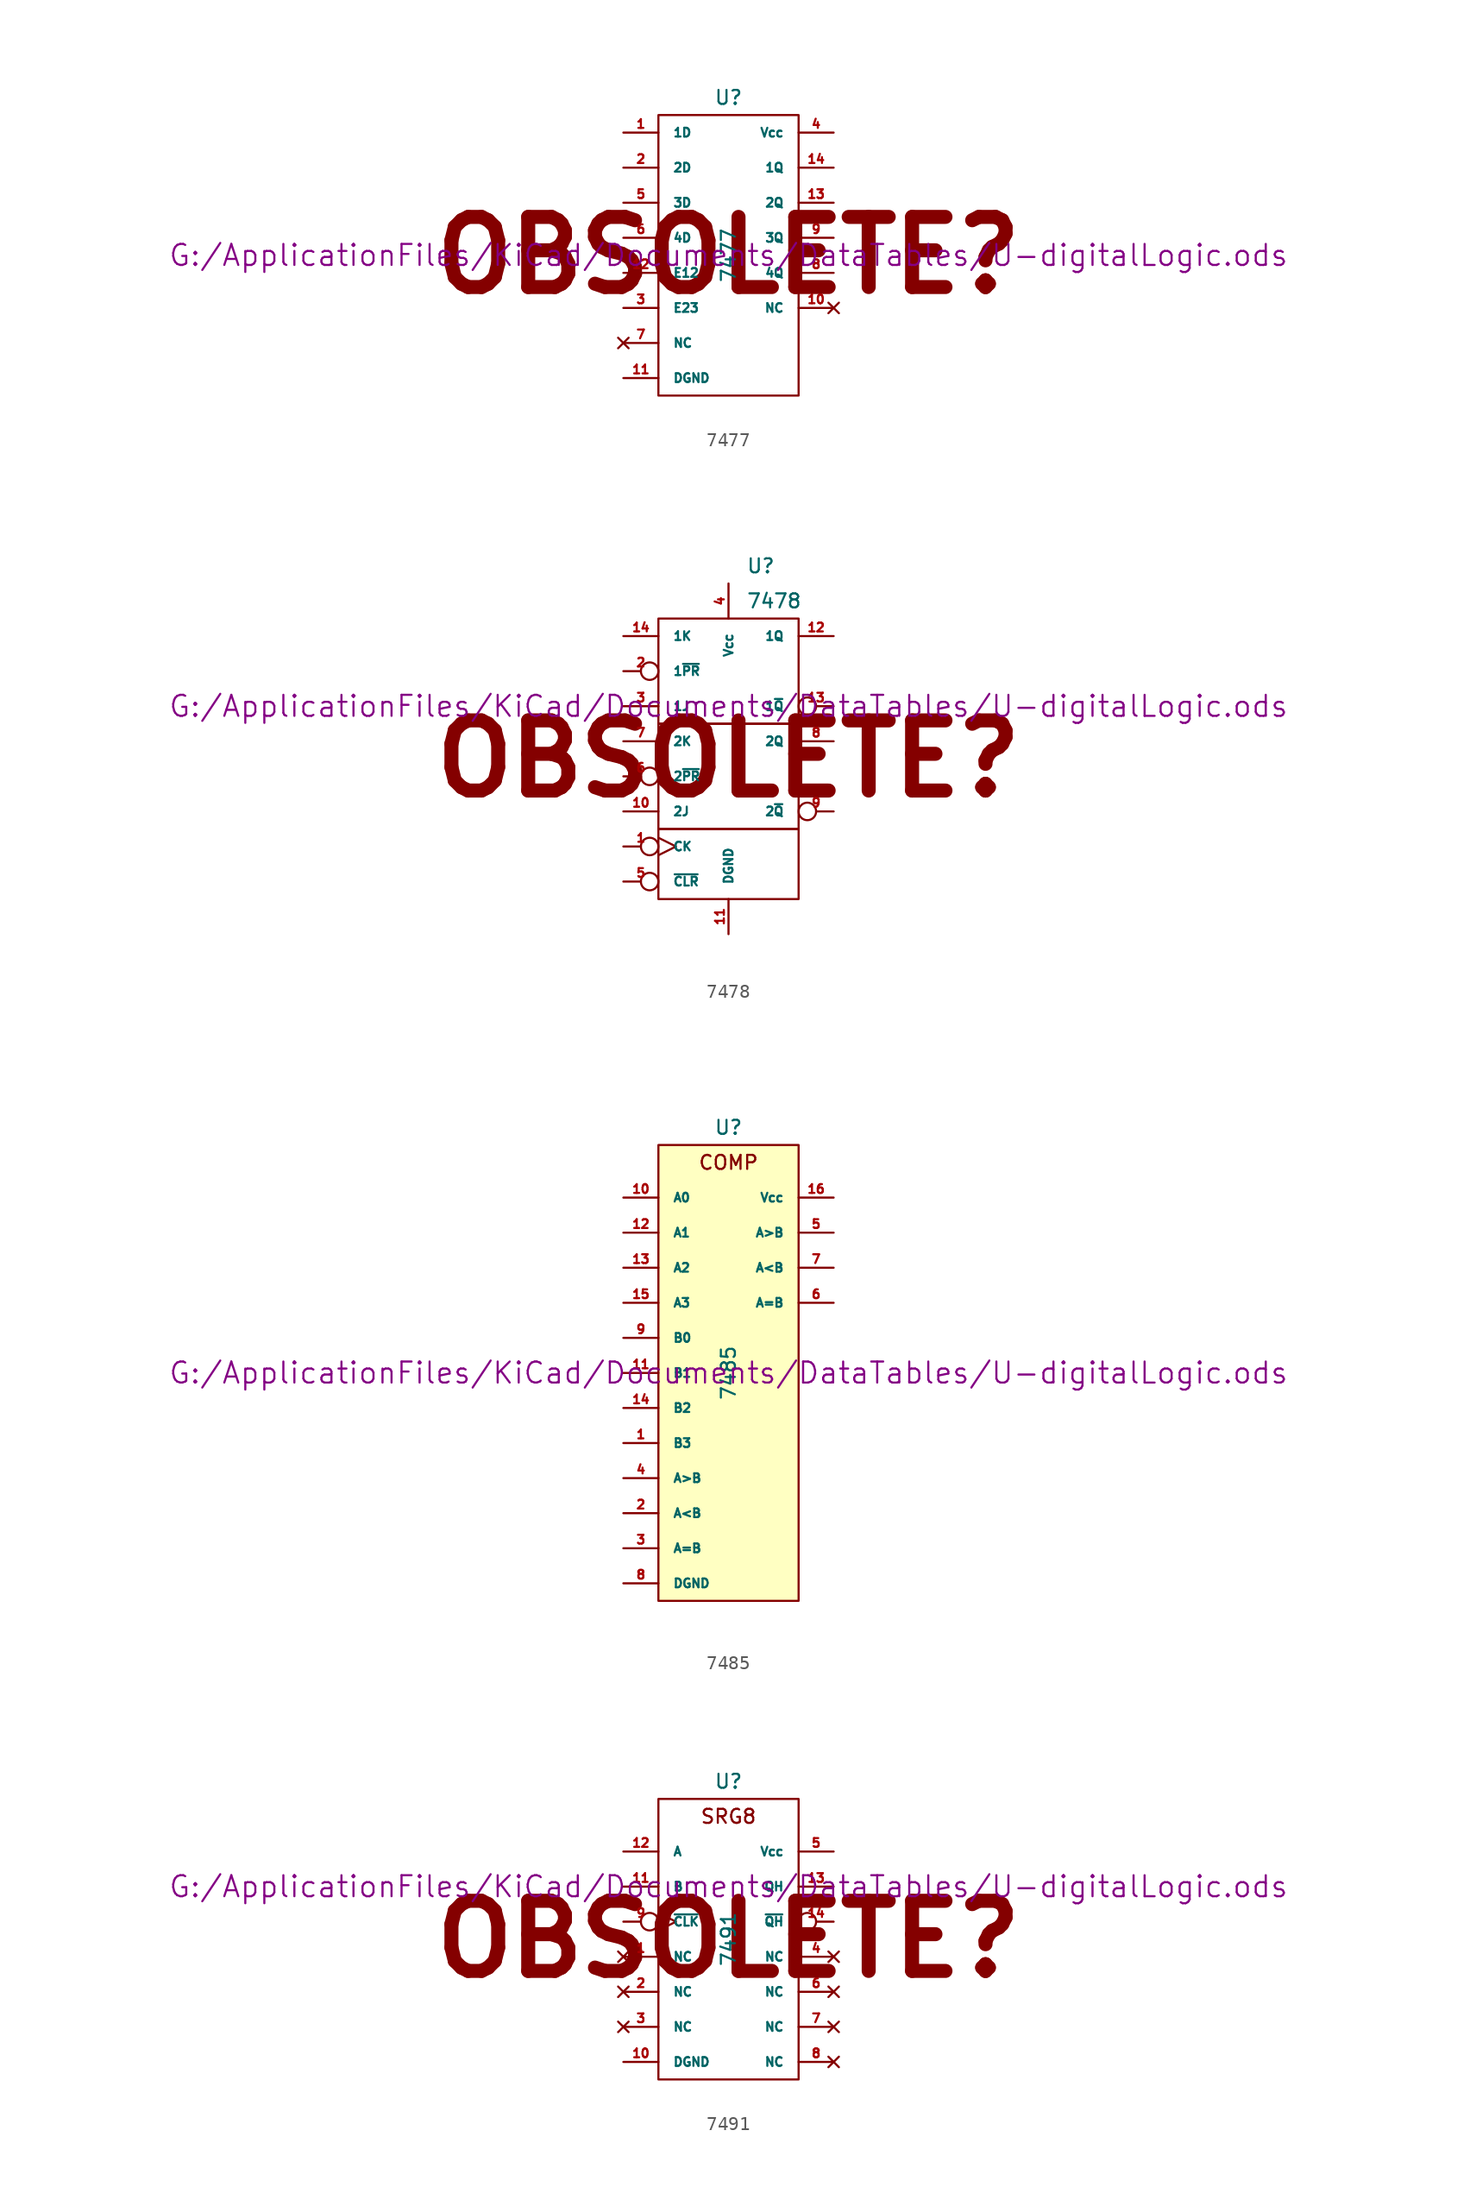
<source format=kicad_sym>
(kicad_symbol_lib
  (version 20211014)
  (generator kicad_symbol_editor)
  (symbol "7477"
    (pin_names
      (offset 1.016))
    (property "Reference" "U"
      (at 0 11.43 0)
      (effects (font (size 1.016 1.016))))
    (property "Value" "7477"
      (at 0 0 90)
      (effects (font (size 1.016 1.016))))
    (property "Footprint" ""
      (at 0 0 0)
      (effects (font (size 1.524 1.524))))
    (property "Datasheet" "G:/ApplicationFiles/KiCad/Documents/DataTables/U-digitalLogic.ods"
      (at 0 0 0)
      (effects (font (size 1.524 1.524))))
    (symbol "7477_0_0"
      (text "OBSOLETE?" (at 0 0 0) (effects (font (size 5.08 5.08) bold))))
    (symbol "7477_0_1"
      (rectangle (start -5.08 10.16) (end 5.08 -10.16) (stroke (width 0) (type default) (color 0 0 0 0)) (fill (type none))))
    (symbol "7477_1_1"
      (pin input line (at -7.62 8.89 0) (length 2.54) (name "1D" (effects (font (size 0.635 0.635)))) (number "1" (effects (font (size 0.635 0.635)))))
      (pin no_connect line (at 7.62 -3.81 180) (length 2.54) (name "NC" (effects (font (size 0.635 0.635)))) (number "10" (effects (font (size 0.635 0.635)))))
      (pin input line (at -7.62 -8.89 0) (length 2.54) (name "DGND" (effects (font (size 0.635 0.635)))) (number "11" (effects (font (size 0.635 0.635)))))
      (pin input line (at -7.62 -1.27 0) (length 2.54) (name "E12" (effects (font (size 0.635 0.635)))) (number "12" (effects (font (size 0.635 0.635)))))
      (pin output line (at 7.62 3.81 180) (length 2.54) (name "2Q" (effects (font (size 0.635 0.635)))) (number "13" (effects (font (size 0.635 0.635)))))
      (pin output line (at 7.62 6.35 180) (length 2.54) (name "1Q" (effects (font (size 0.635 0.635)))) (number "14" (effects (font (size 0.635 0.635)))))
      (pin input line (at -7.62 6.35 0) (length 2.54) (name "2D" (effects (font (size 0.635 0.635)))) (number "2" (effects (font (size 0.635 0.635)))))
      (pin input line (at -7.62 -3.81 0) (length 2.54) (name "E23" (effects (font (size 0.635 0.635)))) (number "3" (effects (font (size 0.635 0.635)))))
      (pin power_in line (at 7.62 8.89 180) (length 2.54) (name "Vcc" (effects (font (size 0.635 0.635)))) (number "4" (effects (font (size 0.635 0.635)))))
      (pin input line (at -7.62 3.81 0) (length 2.54) (name "3D" (effects (font (size 0.635 0.635)))) (number "5" (effects (font (size 0.635 0.635)))))
      (pin input line (at -7.62 1.27 0) (length 2.54) (name "4D" (effects (font (size 0.635 0.635)))) (number "6" (effects (font (size 0.635 0.635)))))
      (pin no_connect line (at -7.62 -6.35 0) (length 2.54) (name "NC" (effects (font (size 0.635 0.635)))) (number "7" (effects (font (size 0.635 0.635)))))
      (pin output line (at 7.62 -1.27 180) (length 2.54) (name "4Q" (effects (font (size 0.635 0.635)))) (number "8" (effects (font (size 0.635 0.635)))))
      (pin output line (at 7.62 1.27 180) (length 2.54) (name "3Q" (effects (font (size 0.635 0.635)))) (number "9" (effects (font (size 0.635 0.635)))))))
  (symbol "7478"
    (pin_names
      (offset 1.016))
    (property "Reference" "U"
      (at 1.27 13.97 0)
      (effects (font (size 1.016 1.016)) (justify left)))
    (property "Value" "7478"
      (at 1.27 11.43 0)
      (effects (font (size 1.016 1.016)) (justify left)))
    (property "Footprint" ""
      (at 0 3.81 0)
      (effects (font (size 1.524 1.524))))
    (property "Datasheet" "G:/ApplicationFiles/KiCad/Documents/DataTables/U-digitalLogic.ods"
      (at 0 3.81 0)
      (effects (font (size 1.524 1.524))))
    (symbol "7478_0_0"
      (text "OBSOLETE?" (at 0 0 0) (effects (font (size 5.08 5.08) bold))))
    (symbol "7478_0_1"
      (rectangle (start -5.08 2.54) (end 5.08 -5.08) (stroke (width 0) (type default) (color 0 0 0 0)) (fill (type none)))
      (rectangle (start -5.08 10.16) (end 5.08 2.54) (stroke (width 0) (type default) (color 0 0 0 0)) (fill (type none)))
      (rectangle (start 5.08 -5.08) (end -5.08 -10.16) (stroke (width 0) (type default) (color 0 0 0 0)) (fill (type none))))
    (symbol "7478_1_1"
      (pin input inverted_clock (at -7.62 -6.35 0) (length 2.54) (name "CK" (effects (font (size 0.635 0.635)))) (number "1" (effects (font (size 0.635 0.635)))))
      (pin input line (at -7.62 -3.81 0) (length 2.54) (name "2J" (effects (font (size 0.635 0.635)))) (number "10" (effects (font (size 0.635 0.635)))))
      (pin power_in line (at 0 -12.7 90) (length 2.54) (name "DGND" (effects (font (size 0.635 0.635)))) (number "11" (effects (font (size 0.635 0.635)))))
      (pin output line (at 7.62 8.89 180) (length 2.54) (name "1Q" (effects (font (size 0.635 0.635)))) (number "12" (effects (font (size 0.635 0.635)))))
      (pin output inverted (at 7.62 3.81 180) (length 2.54) (name "1~{Q}" (effects (font (size 0.635 0.635)))) (number "13" (effects (font (size 0.635 0.635)))))
      (pin input line (at -7.62 8.89 0) (length 2.54) (name "1K" (effects (font (size 0.635 0.635)))) (number "14" (effects (font (size 0.635 0.635)))))
      (pin input inverted (at -7.62 6.35 0) (length 2.54) (name "1~{PR}" (effects (font (size 0.635 0.635)))) (number "2" (effects (font (size 0.635 0.635)))))
      (pin input line (at -7.62 3.81 0) (length 2.54) (name "1J" (effects (font (size 0.635 0.635)))) (number "3" (effects (font (size 0.635 0.635)))))
      (pin power_in line (at 0 12.7 270) (length 2.54) (name "Vcc" (effects (font (size 0.635 0.635)))) (number "4" (effects (font (size 0.635 0.635)))))
      (pin input inverted (at -7.62 -8.89 0) (length 2.54) (name "~{CLR}" (effects (font (size 0.635 0.635)))) (number "5" (effects (font (size 0.635 0.635)))))
      (pin input inverted (at -7.62 -1.27 0) (length 2.54) (name "2~{PR}" (effects (font (size 0.635 0.635)))) (number "6" (effects (font (size 0.635 0.635)))))
      (pin input line (at -7.62 1.27 0) (length 2.54) (name "2K" (effects (font (size 0.635 0.635)))) (number "7" (effects (font (size 0.635 0.635)))))
      (pin output line (at 7.62 1.27 180) (length 2.54) (name "2Q" (effects (font (size 0.635 0.635)))) (number "8" (effects (font (size 0.635 0.635)))))
      (pin output inverted (at 7.62 -3.81 180) (length 2.54) (name "2~{Q}" (effects (font (size 0.635 0.635)))) (number "9" (effects (font (size 0.635 0.635)))))))
  (symbol "7485"
    (pin_names
      (offset 1.016))
    (property "Reference" "U"
      (at 0 17.78 0)
      (effects (font (size 1.016 1.016))))
    (property "Value" "7485"
      (at 0 0 90)
      (effects (font (size 1.016 1.016))))
    (property "Footprint" ""
      (at 0 0 0)
      (effects (font (size 1.524 1.524))))
    (property "Datasheet" "G:/ApplicationFiles/KiCad/Documents/DataTables/U-digitalLogic.ods"
      (at 0 0 0)
      (effects (font (size 1.524 1.524))))
    (symbol "7485_0_0"
      (text "COMP" (at 0 15.24 0) (effects (font (size 1.016 1.016)))))
    (symbol "7485_0_1"
      (rectangle (start -5.08 16.51) (end 5.08 -16.51) (stroke (width 0) (type default) (color 0 0 0 0)) (fill (type background))))
    (symbol "7485_1_1"
      (pin input line (at -7.62 -5.08 0) (length 2.54) (name "B3" (effects (font (size 0.635 0.635)))) (number "1" (effects (font (size 0.635 0.635)))))
      (pin input line (at -7.62 12.7 0) (length 2.54) (name "A0" (effects (font (size 0.635 0.635)))) (number "10" (effects (font (size 0.635 0.635)))))
      (pin input line (at -7.62 0 0) (length 2.54) (name "B1" (effects (font (size 0.635 0.635)))) (number "11" (effects (font (size 0.635 0.635)))))
      (pin input line (at -7.62 10.16 0) (length 2.54) (name "A1" (effects (font (size 0.635 0.635)))) (number "12" (effects (font (size 0.635 0.635)))))
      (pin input line (at -7.62 7.62 0) (length 2.54) (name "A2" (effects (font (size 0.635 0.635)))) (number "13" (effects (font (size 0.635 0.635)))))
      (pin input line (at -7.62 -2.54 0) (length 2.54) (name "B2" (effects (font (size 0.635 0.635)))) (number "14" (effects (font (size 0.635 0.635)))))
      (pin input line (at -7.62 5.08 0) (length 2.54) (name "A3" (effects (font (size 0.635 0.635)))) (number "15" (effects (font (size 0.635 0.635)))))
      (pin power_in line (at 7.62 12.7 180) (length 2.54) (name "Vcc" (effects (font (size 0.635 0.635)))) (number "16" (effects (font (size 0.635 0.635)))))
      (pin input line (at -7.62 -10.16 0) (length 2.54) (name "A<B" (effects (font (size 0.635 0.635)))) (number "2" (effects (font (size 0.635 0.635)))))
      (pin input line (at -7.62 -12.7 0) (length 2.54) (name "A=B" (effects (font (size 0.635 0.635)))) (number "3" (effects (font (size 0.635 0.635)))))
      (pin input line (at -7.62 -7.62 0) (length 2.54) (name "A>B" (effects (font (size 0.635 0.635)))) (number "4" (effects (font (size 0.635 0.635)))))
      (pin output line (at 7.62 10.16 180) (length 2.54) (name "A>B" (effects (font (size 0.635 0.635)))) (number "5" (effects (font (size 0.635 0.635)))))
      (pin output line (at 7.62 5.08 180) (length 2.54) (name "A=B" (effects (font (size 0.635 0.635)))) (number "6" (effects (font (size 0.635 0.635)))))
      (pin output line (at 7.62 7.62 180) (length 2.54) (name "A<B" (effects (font (size 0.635 0.635)))) (number "7" (effects (font (size 0.635 0.635)))))
      (pin power_in line (at -7.62 -15.24 0) (length 2.54) (name "DGND" (effects (font (size 0.635 0.635)))) (number "8" (effects (font (size 0.635 0.635)))))
      (pin input line (at -7.62 2.54 0) (length 2.54) (name "B0" (effects (font (size 0.635 0.635)))) (number "9" (effects (font (size 0.635 0.635)))))))
  (symbol "7491"
    (pin_names
      (offset 1.016))
    (property "Reference" "U"
      (at 0 11.43 0)
      (effects (font (size 1.016 1.016))))
    (property "Value" "7491"
      (at 0 0 90)
      (effects (font (size 1.016 1.016))))
    (property "Footprint" ""
      (at 0 3.81 0)
      (effects (font (size 1.524 1.524))))
    (property "Datasheet" "G:/ApplicationFiles/KiCad/Documents/DataTables/U-digitalLogic.ods"
      (at 0 3.81 0)
      (effects (font (size 1.524 1.524))))
    (symbol "7491_0_0"
      (text "OBSOLETE?" (at 0 0 0) (effects (font (size 5.08 5.08) bold)))
      (text "SRG8" (at 0 8.89 0) (effects (font (size 1.016 1.016)))))
    (symbol "7491_0_1"
      (rectangle (start -5.08 10.16) (end 5.08 -10.16) (stroke (width 0) (type default) (color 0 0 0 0)) (fill (type none))))
    (symbol "7491_1_1"
      (pin no_connect line (at -7.62 -1.27 0) (length 2.54) (name "NC" (effects (font (size 0.635 0.635)))) (number "1" (effects (font (size 0.635 0.635)))))
      (pin input line (at -7.62 -8.89 0) (length 2.54) (name "DGND" (effects (font (size 0.635 0.635)))) (number "10" (effects (font (size 0.635 0.635)))))
      (pin input line (at -7.62 3.81 0) (length 2.54) (name "B" (effects (font (size 0.635 0.635)))) (number "11" (effects (font (size 0.635 0.635)))))
      (pin input line (at -7.62 6.35 0) (length 2.54) (name "A" (effects (font (size 0.635 0.635)))) (number "12" (effects (font (size 0.635 0.635)))))
      (pin output line (at 7.62 3.81 180) (length 2.54) (name "QH" (effects (font (size 0.635 0.635)))) (number "13" (effects (font (size 0.635 0.635)))))
      (pin output inverted (at 7.62 1.27 180) (length 2.54) (name "~{QH}" (effects (font (size 0.635 0.635)))) (number "14" (effects (font (size 0.635 0.635)))))
      (pin no_connect line (at -7.62 -3.81 0) (length 2.54) (name "NC" (effects (font (size 0.635 0.635)))) (number "2" (effects (font (size 0.635 0.635)))))
      (pin no_connect line (at -7.62 -6.35 0) (length 2.54) (name "NC" (effects (font (size 0.635 0.635)))) (number "3" (effects (font (size 0.635 0.635)))))
      (pin no_connect line (at 7.62 -1.27 180) (length 2.54) (name "NC" (effects (font (size 0.635 0.635)))) (number "4" (effects (font (size 0.635 0.635)))))
      (pin power_in line (at 7.62 6.35 180) (length 2.54) (name "Vcc" (effects (font (size 0.635 0.635)))) (number "5" (effects (font (size 0.635 0.635)))))
      (pin no_connect line (at 7.62 -3.81 180) (length 2.54) (name "NC" (effects (font (size 0.635 0.635)))) (number "6" (effects (font (size 0.635 0.635)))))
      (pin no_connect line (at 7.62 -6.35 180) (length 2.54) (name "NC" (effects (font (size 0.635 0.635)))) (number "7" (effects (font (size 0.635 0.635)))))
      (pin no_connect line (at 7.62 -8.89 180) (length 2.54) (name "NC" (effects (font (size 0.635 0.635)))) (number "8" (effects (font (size 0.635 0.635)))))
      (pin input inverted_clock (at -7.62 1.27 0) (length 2.54) (name "~{CLK}" (effects (font (size 0.635 0.635)))) (number "9" (effects (font (size 0.635 0.635))))))))
</source>
